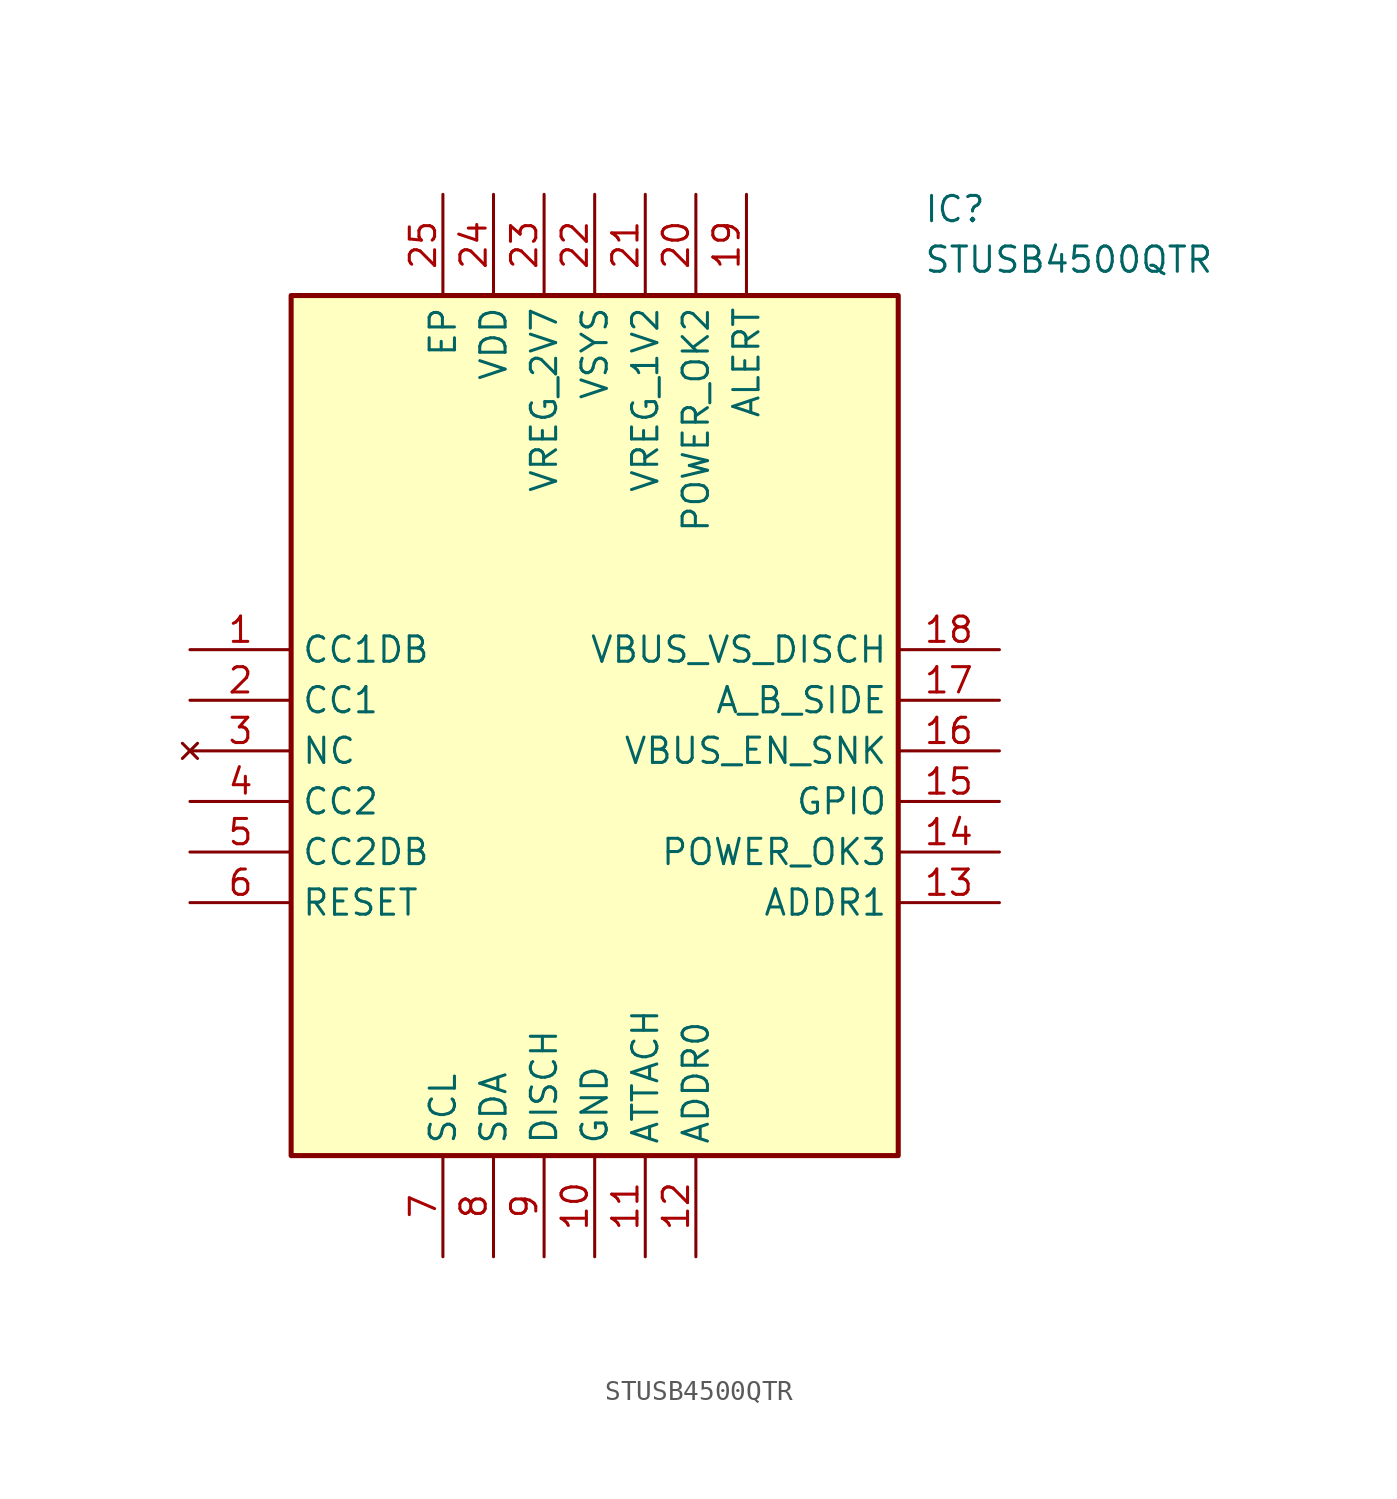
<source format=kicad_sym>
(kicad_symbol_lib
  (version 20211014)
  (generator SamacSys_ECAD_Model)
  (symbol "STUSB4500QTR"
    (property "Reference" "IC"
      (at 36.83 22.86 0)
      (effects (font (size 1.27 1.27)) (justify left top)))
    (property "Value" "STUSB4500QTR"
      (at 36.83 20.32 0)
      (effects (font (size 1.27 1.27)) (justify left top)))
    (rectangle
      (start 5.08 17.78)
      (end 35.56 -25.4)
      (stroke (width 0.254) (type default))
      (fill (type background)))
    (pin passive line
      (at 0 0 0)
      (length 5.08)
      (name "CC1DB" (effects (font (size 1.27 1.27))))
      (number "1" (effects (font (size 1.27 1.27)))))
    (pin passive line
      (at 0 -2.54 0)
      (length 5.08)
      (name "CC1" (effects (font (size 1.27 1.27))))
      (number "2" (effects (font (size 1.27 1.27)))))
    (pin no_connect line
      (at 0 -5.08 0)
      (length 5.08)
      (name "NC" (effects (font (size 1.27 1.27))))
      (number "3" (effects (font (size 1.27 1.27)))))
    (pin passive line
      (at 0 -7.62 0)
      (length 5.08)
      (name "CC2" (effects (font (size 1.27 1.27))))
      (number "4" (effects (font (size 1.27 1.27)))))
    (pin passive line
      (at 0 -10.16 0)
      (length 5.08)
      (name "CC2DB" (effects (font (size 1.27 1.27))))
      (number "5" (effects (font (size 1.27 1.27)))))
    (pin passive line
      (at 0 -12.7 0)
      (length 5.08)
      (name "RESET" (effects (font (size 1.27 1.27))))
      (number "6" (effects (font (size 1.27 1.27)))))
    (pin passive line
      (at 12.7 -30.48 90)
      (length 5.08)
      (name "SCL" (effects (font (size 1.27 1.27))))
      (number "7" (effects (font (size 1.27 1.27)))))
    (pin passive line
      (at 15.24 -30.48 90)
      (length 5.08)
      (name "SDA" (effects (font (size 1.27 1.27))))
      (number "8" (effects (font (size 1.27 1.27)))))
    (pin passive line
      (at 17.78 -30.48 90)
      (length 5.08)
      (name "DISCH" (effects (font (size 1.27 1.27))))
      (number "9" (effects (font (size 1.27 1.27)))))
    (pin passive line
      (at 20.32 -30.48 90)
      (length 5.08)
      (name "GND" (effects (font (size 1.27 1.27))))
      (number "10" (effects (font (size 1.27 1.27)))))
    (pin passive line
      (at 22.86 -30.48 90)
      (length 5.08)
      (name "ATTACH" (effects (font (size 1.27 1.27))))
      (number "11" (effects (font (size 1.27 1.27)))))
    (pin passive line
      (at 25.4 -30.48 90)
      (length 5.08)
      (name "ADDR0" (effects (font (size 1.27 1.27))))
      (number "12" (effects (font (size 1.27 1.27)))))
    (pin passive line
      (at 40.64 0 180)
      (length 5.08)
      (name "VBUS_VS_DISCH" (effects (font (size 1.27 1.27))))
      (number "18" (effects (font (size 1.27 1.27)))))
    (pin passive line
      (at 40.64 -2.54 180)
      (length 5.08)
      (name "A_B_SIDE" (effects (font (size 1.27 1.27))))
      (number "17" (effects (font (size 1.27 1.27)))))
    (pin passive line
      (at 40.64 -5.08 180)
      (length 5.08)
      (name "VBUS_EN_SNK" (effects (font (size 1.27 1.27))))
      (number "16" (effects (font (size 1.27 1.27)))))
    (pin passive line
      (at 40.64 -7.62 180)
      (length 5.08)
      (name "GPIO" (effects (font (size 1.27 1.27))))
      (number "15" (effects (font (size 1.27 1.27)))))
    (pin passive line
      (at 40.64 -10.16 180)
      (length 5.08)
      (name "POWER_OK3" (effects (font (size 1.27 1.27))))
      (number "14" (effects (font (size 1.27 1.27)))))
    (pin passive line
      (at 40.64 -12.7 180)
      (length 5.08)
      (name "ADDR1" (effects (font (size 1.27 1.27))))
      (number "13" (effects (font (size 1.27 1.27)))))
    (pin passive line
      (at 12.7 22.86 270)
      (length 5.08)
      (name "EP" (effects (font (size 1.27 1.27))))
      (number "25" (effects (font (size 1.27 1.27)))))
    (pin passive line
      (at 15.24 22.86 270)
      (length 5.08)
      (name "VDD" (effects (font (size 1.27 1.27))))
      (number "24" (effects (font (size 1.27 1.27)))))
    (pin passive line
      (at 17.78 22.86 270)
      (length 5.08)
      (name "VREG_2V7" (effects (font (size 1.27 1.27))))
      (number "23" (effects (font (size 1.27 1.27)))))
    (pin passive line
      (at 20.32 22.86 270)
      (length 5.08)
      (name "VSYS" (effects (font (size 1.27 1.27))))
      (number "22" (effects (font (size 1.27 1.27)))))
    (pin passive line
      (at 22.86 22.86 270)
      (length 5.08)
      (name "VREG_1V2" (effects (font (size 1.27 1.27))))
      (number "21" (effects (font (size 1.27 1.27)))))
    (pin passive line
      (at 25.4 22.86 270)
      (length 5.08)
      (name "POWER_OK2" (effects (font (size 1.27 1.27))))
      (number "20" (effects (font (size 1.27 1.27)))))
    (pin passive line
      (at 27.94 22.86 270)
      (length 5.08)
      (name "ALERT" (effects (font (size 1.27 1.27))))
      (number "19" (effects (font (size 1.27 1.27)))))))
</source>
